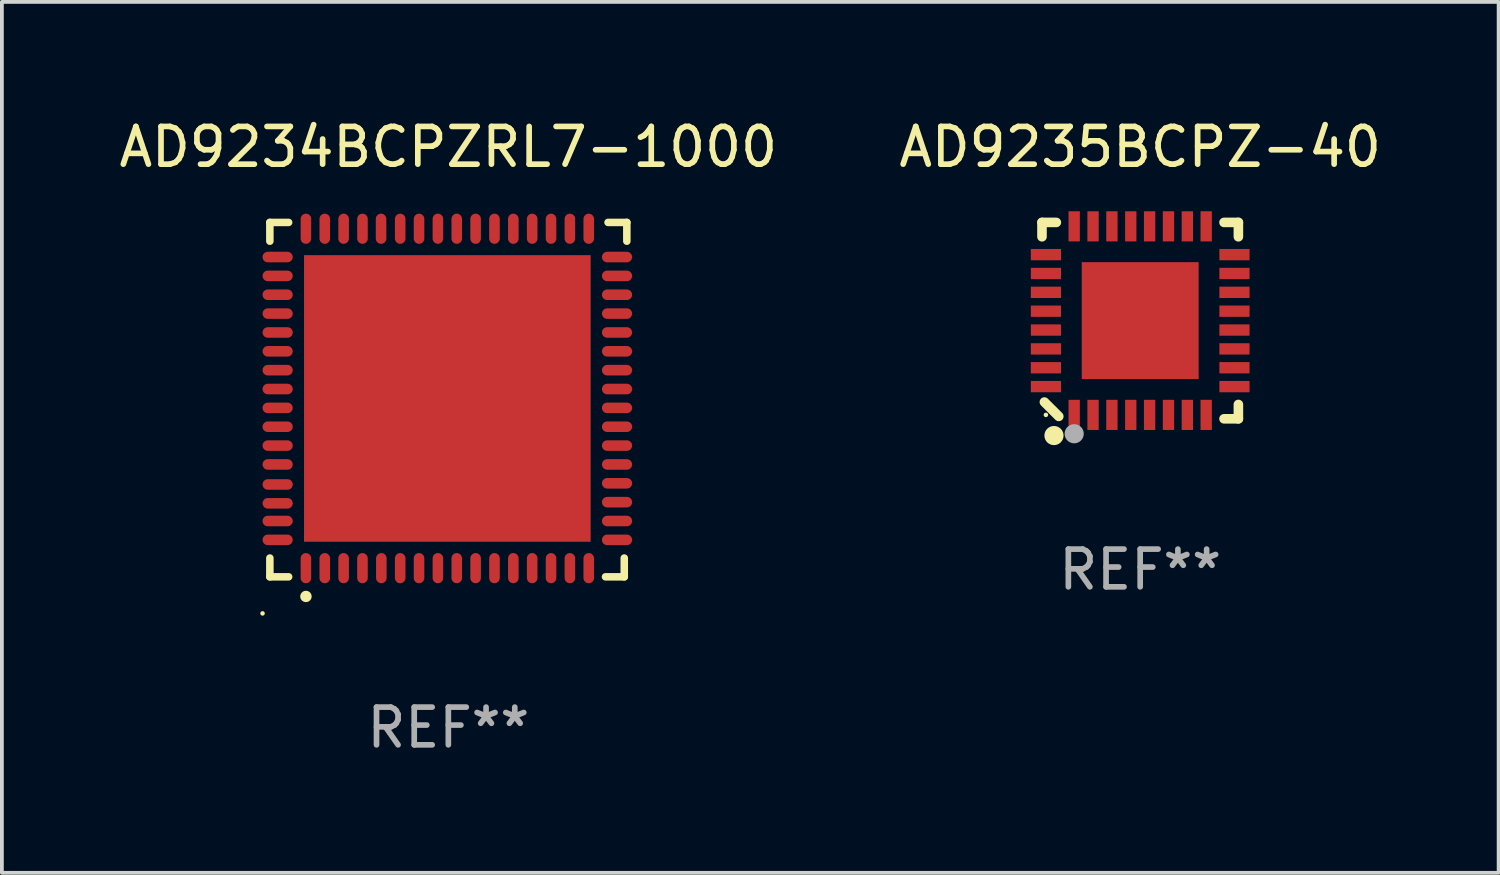
<source format=kicad_pcb>
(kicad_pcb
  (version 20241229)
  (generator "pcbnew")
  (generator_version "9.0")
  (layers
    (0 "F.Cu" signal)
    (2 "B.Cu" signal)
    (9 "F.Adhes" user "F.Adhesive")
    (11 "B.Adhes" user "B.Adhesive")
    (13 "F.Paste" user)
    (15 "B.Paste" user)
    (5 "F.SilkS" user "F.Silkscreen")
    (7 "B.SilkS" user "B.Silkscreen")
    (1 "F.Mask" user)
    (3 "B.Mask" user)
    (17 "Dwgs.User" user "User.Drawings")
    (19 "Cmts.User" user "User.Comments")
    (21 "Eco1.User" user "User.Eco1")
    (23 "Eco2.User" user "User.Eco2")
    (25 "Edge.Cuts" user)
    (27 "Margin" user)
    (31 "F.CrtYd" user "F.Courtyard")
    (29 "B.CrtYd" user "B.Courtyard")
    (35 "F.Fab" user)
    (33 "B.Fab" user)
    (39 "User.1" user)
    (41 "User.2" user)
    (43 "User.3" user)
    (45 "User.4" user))
  (footprint "AD9234BCPZRL7-1000"
    (layer "F.Cu")
    (at 8.839 7.547)
    (property "Reference" "AD9234BCPZRL7-1000" (at 0 -6.699 0) (layer "F.SilkS") (effects (font (size 1 1) (thickness 0.15))))
    (attr through_hole)
    (fp_line (start -4.733 -4.699) (end -4.235 -4.699) (stroke (width 0.2) (type solid)) (layer "F.SilkS"))
    (fp_line (start -4.733 -4.201) (end -4.733 -4.699) (stroke (width 0.2) (type solid)) (layer "F.SilkS"))
    (fp_line (start -4.733 4.699) (end -4.733 4.201) (stroke (width 0.2) (type solid)) (layer "F.SilkS"))
    (fp_line (start -4.235 4.699) (end -4.733 4.699) (stroke (width 0.2) (type solid)) (layer "F.SilkS"))
    (fp_line (start 4.168 4.699) (end 4.665 4.699) (stroke (width 0.2) (type solid)) (layer "F.SilkS"))
    (fp_line (start 4.665 4.699) (end 4.665 4.201) (stroke (width 0.2) (type solid)) (layer "F.SilkS"))
    (fp_line (start 4.733 -4.699) (end 4.235 -4.699) (stroke (width 0.2) (type solid)) (layer "F.SilkS"))
    (fp_line (start 4.733 -4.201) (end 4.733 -4.699) (stroke (width 0.2) (type solid)) (layer "F.SilkS"))
    (fp_arc (start -3.777419 5.219329) (mid -3.776149 5.219324) (end -3.774879 5.219329) (stroke (width 0.3) (type solid)) (layer "F.SilkS"))
    (fp_circle (center -4.927 5.669) (end -4.897 5.669) (stroke (width 0.06) (type solid)) (fill no) (layer "F.SilkS"))
    (fp_text user "REF**" (at 0 8.699 0) (layer "F.Fab") (effects (font (size 1 1) (thickness 0.15))))
    (pad "1" smd oval (at -3.777 4.469 180) (size 0.28 0.8) (layers "F.Cu" "F.Mask" "F.Paste"))
    (pad "2" smd oval (at -3.277 4.469 180) (size 0.28 0.8) (layers "F.Cu" "F.Mask" "F.Paste"))
    (pad "3" smd oval (at -2.777 4.469 180) (size 0.28 0.8) (layers "F.Cu" "F.Mask" "F.Paste"))
    (pad "4" smd oval (at -2.277 4.469 180) (size 0.28 0.8) (layers "F.Cu" "F.Mask" "F.Paste"))
    (pad "5" smd oval (at -1.777 4.469 180) (size 0.28 0.8) (layers "F.Cu" "F.Mask" "F.Paste"))
    (pad "6" smd oval (at -1.277 4.469 180) (size 0.28 0.8) (layers "F.Cu" "F.Mask" "F.Paste"))
    (pad "7" smd oval (at -0.777 4.469 180) (size 0.28 0.8) (layers "F.Cu" "F.Mask" "F.Paste"))
    (pad "8" smd oval (at -0.277 4.469 180) (size 0.28 0.8) (layers "F.Cu" "F.Mask" "F.Paste"))
    (pad "9" smd oval (at 0.223 4.469 180) (size 0.28 0.8) (layers "F.Cu" "F.Mask" "F.Paste"))
    (pad "10" smd oval (at 0.723 4.469 180) (size 0.28 0.8) (layers "F.Cu" "F.Mask" "F.Paste"))
    (pad "11" smd oval (at 1.223 4.469 180) (size 0.28 0.8) (layers "F.Cu" "F.Mask" "F.Paste"))
    (pad "12" smd oval (at 1.723 4.469 180) (size 0.28 0.8) (layers "F.Cu" "F.Mask" "F.Paste"))
    (pad "13" smd oval (at 2.223 4.469 180) (size 0.28 0.8) (layers "F.Cu" "F.Mask" "F.Paste"))
    (pad "14" smd oval (at 2.723 4.469 180) (size 0.28 0.8) (layers "F.Cu" "F.Mask" "F.Paste"))
    (pad "15" smd oval (at 3.223 4.469 180) (size 0.28 0.8) (layers "F.Cu" "F.Mask" "F.Paste"))
    (pad "16" smd oval (at 3.723 4.469 180) (size 0.28 0.8) (layers "F.Cu" "F.Mask" "F.Paste"))
    (pad "17" smd oval (at 4.473 3.719 270) (size 0.28 0.8) (layers "F.Cu" "F.Mask" "F.Paste"))
    (pad "18" smd oval (at 4.473 3.219 270) (size 0.28 0.8) (layers "F.Cu" "F.Mask" "F.Paste"))
    (pad "19" smd oval (at 4.473 2.719 270) (size 0.28 0.8) (layers "F.Cu" "F.Mask" "F.Paste"))
    (pad "20" smd oval (at 4.473 2.219 270) (size 0.28 0.8) (layers "F.Cu" "F.Mask" "F.Paste"))
    (pad "21" smd oval (at 4.473 1.719 270) (size 0.28 0.8) (layers "F.Cu" "F.Mask" "F.Paste"))
    (pad "22" smd oval (at 4.473 1.219 270) (size 0.28 0.8) (layers "F.Cu" "F.Mask" "F.Paste"))
    (pad "23" smd oval (at 4.473 0.719 270) (size 0.28 0.8) (layers "F.Cu" "F.Mask" "F.Paste"))
    (pad "24" smd oval (at 4.473 0.219 270) (size 0.28 0.8) (layers "F.Cu" "F.Mask" "F.Paste"))
    (pad "25" smd oval (at 4.473 -0.281 270) (size 0.28 0.8) (layers "F.Cu" "F.Mask" "F.Paste"))
    (pad "26" smd oval (at 4.473 -0.781 270) (size 0.28 0.8) (layers "F.Cu" "F.Mask" "F.Paste"))
    (pad "27" smd oval (at 4.473 -1.281 270) (size 0.28 0.8) (layers "F.Cu" "F.Mask" "F.Paste"))
    (pad "28" smd oval (at 4.473 -1.781 270) (size 0.28 0.8) (layers "F.Cu" "F.Mask" "F.Paste"))
    (pad "29" smd oval (at 4.473 -2.281 270) (size 0.28 0.8) (layers "F.Cu" "F.Mask" "F.Paste"))
    (pad "30" smd oval (at 4.473 -2.781 270) (size 0.28 0.8) (layers "F.Cu" "F.Mask" "F.Paste"))
    (pad "31" smd oval (at 4.473 -3.281 270) (size 0.28 0.8) (layers "F.Cu" "F.Mask" "F.Paste"))
    (pad "32" smd oval (at 4.473 -3.781 270) (size 0.28 0.8) (layers "F.Cu" "F.Mask" "F.Paste"))
    (pad "33" smd oval (at 3.723 -4.531) (size 0.28 0.8) (layers "F.Cu" "F.Mask" "F.Paste"))
    (pad "34" smd oval (at 3.223 -4.531) (size 0.28 0.8) (layers "F.Cu" "F.Mask" "F.Paste"))
    (pad "35" smd oval (at 2.723 -4.531) (size 0.28 0.8) (layers "F.Cu" "F.Mask" "F.Paste"))
    (pad "36" smd oval (at 2.223 -4.531) (size 0.28 0.8) (layers "F.Cu" "F.Mask" "F.Paste"))
    (pad "37" smd oval (at 1.723 -4.531) (size 0.28 0.8) (layers "F.Cu" "F.Mask" "F.Paste"))
    (pad "38" smd oval (at 1.223 -4.531) (size 0.28 0.8) (layers "F.Cu" "F.Mask" "F.Paste"))
    (pad "39" smd oval (at 0.723 -4.531) (size 0.28 0.8) (layers "F.Cu" "F.Mask" "F.Paste"))
    (pad "40" smd oval (at 0.223 -4.531) (size 0.28 0.8) (layers "F.Cu" "F.Mask" "F.Paste"))
    (pad "41" smd oval (at -0.277 -4.531) (size 0.28 0.8) (layers "F.Cu" "F.Mask" "F.Paste"))
    (pad "42" smd oval (at -0.777 -4.531) (size 0.28 0.8) (layers "F.Cu" "F.Mask" "F.Paste"))
    (pad "43" smd oval (at -1.277 -4.531) (size 0.28 0.8) (layers "F.Cu" "F.Mask" "F.Paste"))
    (pad "44" smd oval (at -1.784 -4.531) (size 0.28 0.8) (layers "F.Cu" "F.Mask" "F.Paste"))
    (pad "45" smd oval (at -2.277 -4.531) (size 0.28 0.8) (layers "F.Cu" "F.Mask" "F.Paste"))
    (pad "46" smd oval (at -2.777 -4.531) (size 0.28 0.8) (layers "F.Cu" "F.Mask" "F.Paste"))
    (pad "47" smd oval (at -3.277 -4.531) (size 0.28 0.8) (layers "F.Cu" "F.Mask" "F.Paste"))
    (pad "48" smd oval (at -3.777 -4.531) (size 0.28 0.8) (layers "F.Cu" "F.Mask" "F.Paste"))
    (pad "49" smd oval (at -4.527 -3.781 90) (size 0.28 0.8) (layers "F.Cu" "F.Mask" "F.Paste"))
    (pad "50" smd oval (at -4.527 -3.281 90) (size 0.28 0.8) (layers "F.Cu" "F.Mask" "F.Paste"))
    (pad "51" smd oval (at -4.527 -2.781 90) (size 0.28 0.8) (layers "F.Cu" "F.Mask" "F.Paste"))
    (pad "52" smd oval (at -4.527 -2.281 90) (size 0.28 0.8) (layers "F.Cu" "F.Mask" "F.Paste"))
    (pad "53" smd oval (at -4.527 -1.781 90) (size 0.28 0.8) (layers "F.Cu" "F.Mask" "F.Paste"))
    (pad "54" smd oval (at -4.527 -1.281 90) (size 0.28 0.8) (layers "F.Cu" "F.Mask" "F.Paste"))
    (pad "55" smd oval (at -4.527 -0.781 90) (size 0.28 0.8) (layers "F.Cu" "F.Mask" "F.Paste"))
    (pad "56" smd oval (at -4.527 -0.281 90) (size 0.28 0.8) (layers "F.Cu" "F.Mask" "F.Paste"))
    (pad "57" smd oval (at -4.527 0.219 90) (size 0.28 0.8) (layers "F.Cu" "F.Mask" "F.Paste"))
    (pad "58" smd oval (at -4.527 0.719 90) (size 0.28 0.8) (layers "F.Cu" "F.Mask" "F.Paste"))
    (pad "59" smd oval (at -4.527 1.219 90) (size 0.28 0.8) (layers "F.Cu" "F.Mask" "F.Paste"))
    (pad "60" smd oval (at -4.527 1.719 90) (size 0.28 0.8) (layers "F.Cu" "F.Mask" "F.Paste"))
    (pad "61" smd oval (at -4.527 2.25 90) (size 0.28 0.8) (layers "F.Cu" "F.Mask" "F.Paste"))
    (pad "62" smd oval (at -4.527 2.75 90) (size 0.28 0.8) (layers "F.Cu" "F.Mask" "F.Paste"))
    (pad "63" smd oval (at -4.527 3.219 90) (size 0.28 0.8) (layers "F.Cu" "F.Mask" "F.Paste"))
    (pad "64" smd oval (at -4.527 3.719 90) (size 0.28 0.8) (layers "F.Cu" "F.Mask" "F.Paste"))
    (pad "65" smd rect (at -0.027 -0.031 90) (size 7.6 7.6) (layers "F.Cu" "F.Mask" "F.Paste")))
  (footprint "AD9235BCPZ-40"
    (layer "F.Cu")
    (at 27.185 5.452)
    (property "Reference" "AD9235BCPZ-40" (at 0 -4.604 0) (layer "F.SilkS") (effects (font (size 1 1) (thickness 0.15))))
    (attr through_hole)
    (fp_line (start -2.604 -2.604) (end -2.604 -2.223) (stroke (width 0.254) (type solid)) (layer "F.SilkS"))
    (fp_line (start -2.54 2.159) (end -2.159 2.54) (stroke (width 0.254) (type solid)) (layer "F.SilkS"))
    (fp_line (start -2.223 -2.604) (end -2.604 -2.604) (stroke (width 0.254) (type solid)) (layer "F.SilkS"))
    (fp_line (start 2.223 2.604) (end 2.604 2.604) (stroke (width 0.254) (type solid)) (layer "F.SilkS"))
    (fp_line (start 2.604 -2.604) (end 2.223 -2.604) (stroke (width 0.254) (type solid)) (layer "F.SilkS"))
    (fp_line (start 2.604 -2.223) (end 2.604 -2.604) (stroke (width 0.254) (type solid)) (layer "F.SilkS"))
    (fp_line (start 2.604 2.604) (end 2.604 2.223) (stroke (width 0.254) (type solid)) (layer "F.SilkS"))
    (fp_circle (center -2.5 2.5) (end -2.47 2.5) (stroke (width 0.06) (type solid)) (fill no) (layer "F.SilkS"))
    (fp_circle (center -2.286 3.048) (end -2.159 3.048) (stroke (width 0.254) (type solid)) (fill no) (layer "F.SilkS"))
    (fp_circle (center -1.75 3) (end -1.623 3) (stroke (width 0.254) (type solid)) (fill no) (layer "F.Fab"))
    (fp_text user "REF**" (at 0 6.604 0) (layer "F.Fab") (effects (font (size 1 1) (thickness 0.15))))
    (pad "1" smd rect (at -1.75 2.5) (size 0.3 0.8) (layers "F.Cu" "F.Mask" "F.Paste"))
    (pad "2" smd rect (at -1.25 2.5) (size 0.3 0.8) (layers "F.Cu" "F.Mask" "F.Paste"))
    (pad "3" smd rect (at -0.75 2.5) (size 0.3 0.8) (layers "F.Cu" "F.Mask" "F.Paste"))
    (pad "4" smd rect (at -0.25 2.5) (size 0.3 0.8) (layers "F.Cu" "F.Mask" "F.Paste"))
    (pad "5" smd rect (at 0.25 2.5) (size 0.3 0.8) (layers "F.Cu" "F.Mask" "F.Paste"))
    (pad "6" smd rect (at 0.75 2.5) (size 0.3 0.8) (layers "F.Cu" "F.Mask" "F.Paste"))
    (pad "7" smd rect (at 1.25 2.5) (size 0.3 0.8) (layers "F.Cu" "F.Mask" "F.Paste"))
    (pad "8" smd rect (at 1.75 2.5) (size 0.3 0.8) (layers "F.Cu" "F.Mask" "F.Paste"))
    (pad "9" smd rect (at 2.5 1.75) (size 0.8 0.3) (layers "F.Cu" "F.Mask" "F.Paste"))
    (pad "10" smd rect (at 2.5 1.25) (size 0.8 0.3) (layers "F.Cu" "F.Mask" "F.Paste"))
    (pad "11" smd rect (at 2.5 0.75) (size 0.8 0.3) (layers "F.Cu" "F.Mask" "F.Paste"))
    (pad "12" smd rect (at 2.5 0.25) (size 0.8 0.3) (layers "F.Cu" "F.Mask" "F.Paste"))
    (pad "13" smd rect (at 2.5 -0.25) (size 0.8 0.3) (layers "F.Cu" "F.Mask" "F.Paste"))
    (pad "14" smd rect (at 2.5 -0.75) (size 0.8 0.3) (layers "F.Cu" "F.Mask" "F.Paste"))
    (pad "15" smd rect (at 2.5 -1.25) (size 0.8 0.3) (layers "F.Cu" "F.Mask" "F.Paste"))
    (pad "16" smd rect (at 2.5 -1.75) (size 0.8 0.3) (layers "F.Cu" "F.Mask" "F.Paste"))
    (pad "17" smd rect (at 1.75 -2.5) (size 0.3 0.8) (layers "F.Cu" "F.Mask" "F.Paste"))
    (pad "18" smd rect (at 1.25 -2.5) (size 0.3 0.8) (layers "F.Cu" "F.Mask" "F.Paste"))
    (pad "19" smd rect (at 0.75 -2.5) (size 0.3 0.8) (layers "F.Cu" "F.Mask" "F.Paste"))
    (pad "20" smd rect (at 0.25 -2.5) (size 0.3 0.8) (layers "F.Cu" "F.Mask" "F.Paste"))
    (pad "21" smd rect (at -0.25 -2.5) (size 0.3 0.8) (layers "F.Cu" "F.Mask" "F.Paste"))
    (pad "22" smd rect (at -0.75 -2.5) (size 0.3 0.8) (layers "F.Cu" "F.Mask" "F.Paste"))
    (pad "23" smd rect (at -1.25 -2.5) (size 0.3 0.8) (layers "F.Cu" "F.Mask" "F.Paste"))
    (pad "24" smd rect (at -1.75 -2.5) (size 0.3 0.8) (layers "F.Cu" "F.Mask" "F.Paste"))
    (pad "25" smd rect (at -2.5 -1.75) (size 0.8 0.3) (layers "F.Cu" "F.Mask" "F.Paste"))
    (pad "26" smd rect (at -2.5 -1.25) (size 0.8 0.3) (layers "F.Cu" "F.Mask" "F.Paste"))
    (pad "27" smd rect (at -2.5 -0.75) (size 0.8 0.3) (layers "F.Cu" "F.Mask" "F.Paste"))
    (pad "28" smd rect (at -2.5 -0.25) (size 0.8 0.3) (layers "F.Cu" "F.Mask" "F.Paste"))
    (pad "29" smd rect (at -2.5 0.25) (size 0.8 0.3) (layers "F.Cu" "F.Mask" "F.Paste"))
    (pad "30" smd rect (at -2.5 0.75) (size 0.8 0.3) (layers "F.Cu" "F.Mask" "F.Paste"))
    (pad "31" smd rect (at -2.5 1.25) (size 0.8 0.3) (layers "F.Cu" "F.Mask" "F.Paste"))
    (pad "32" smd rect (at -2.5 1.75) (size 0.8 0.3) (layers "F.Cu" "F.Mask" "F.Paste"))
    (pad "33" smd rect (at 0 -0.000025) (size 3.1 3.1) (layers "F.Cu" "F.Mask" "F.Paste")))
  (gr_rect
    (start -3 -3)
    (end 36.69 20.095)
    (stroke (width 0.1) (type default))
    (fill no)
    (layer "Edge.Cuts")))
</source>
